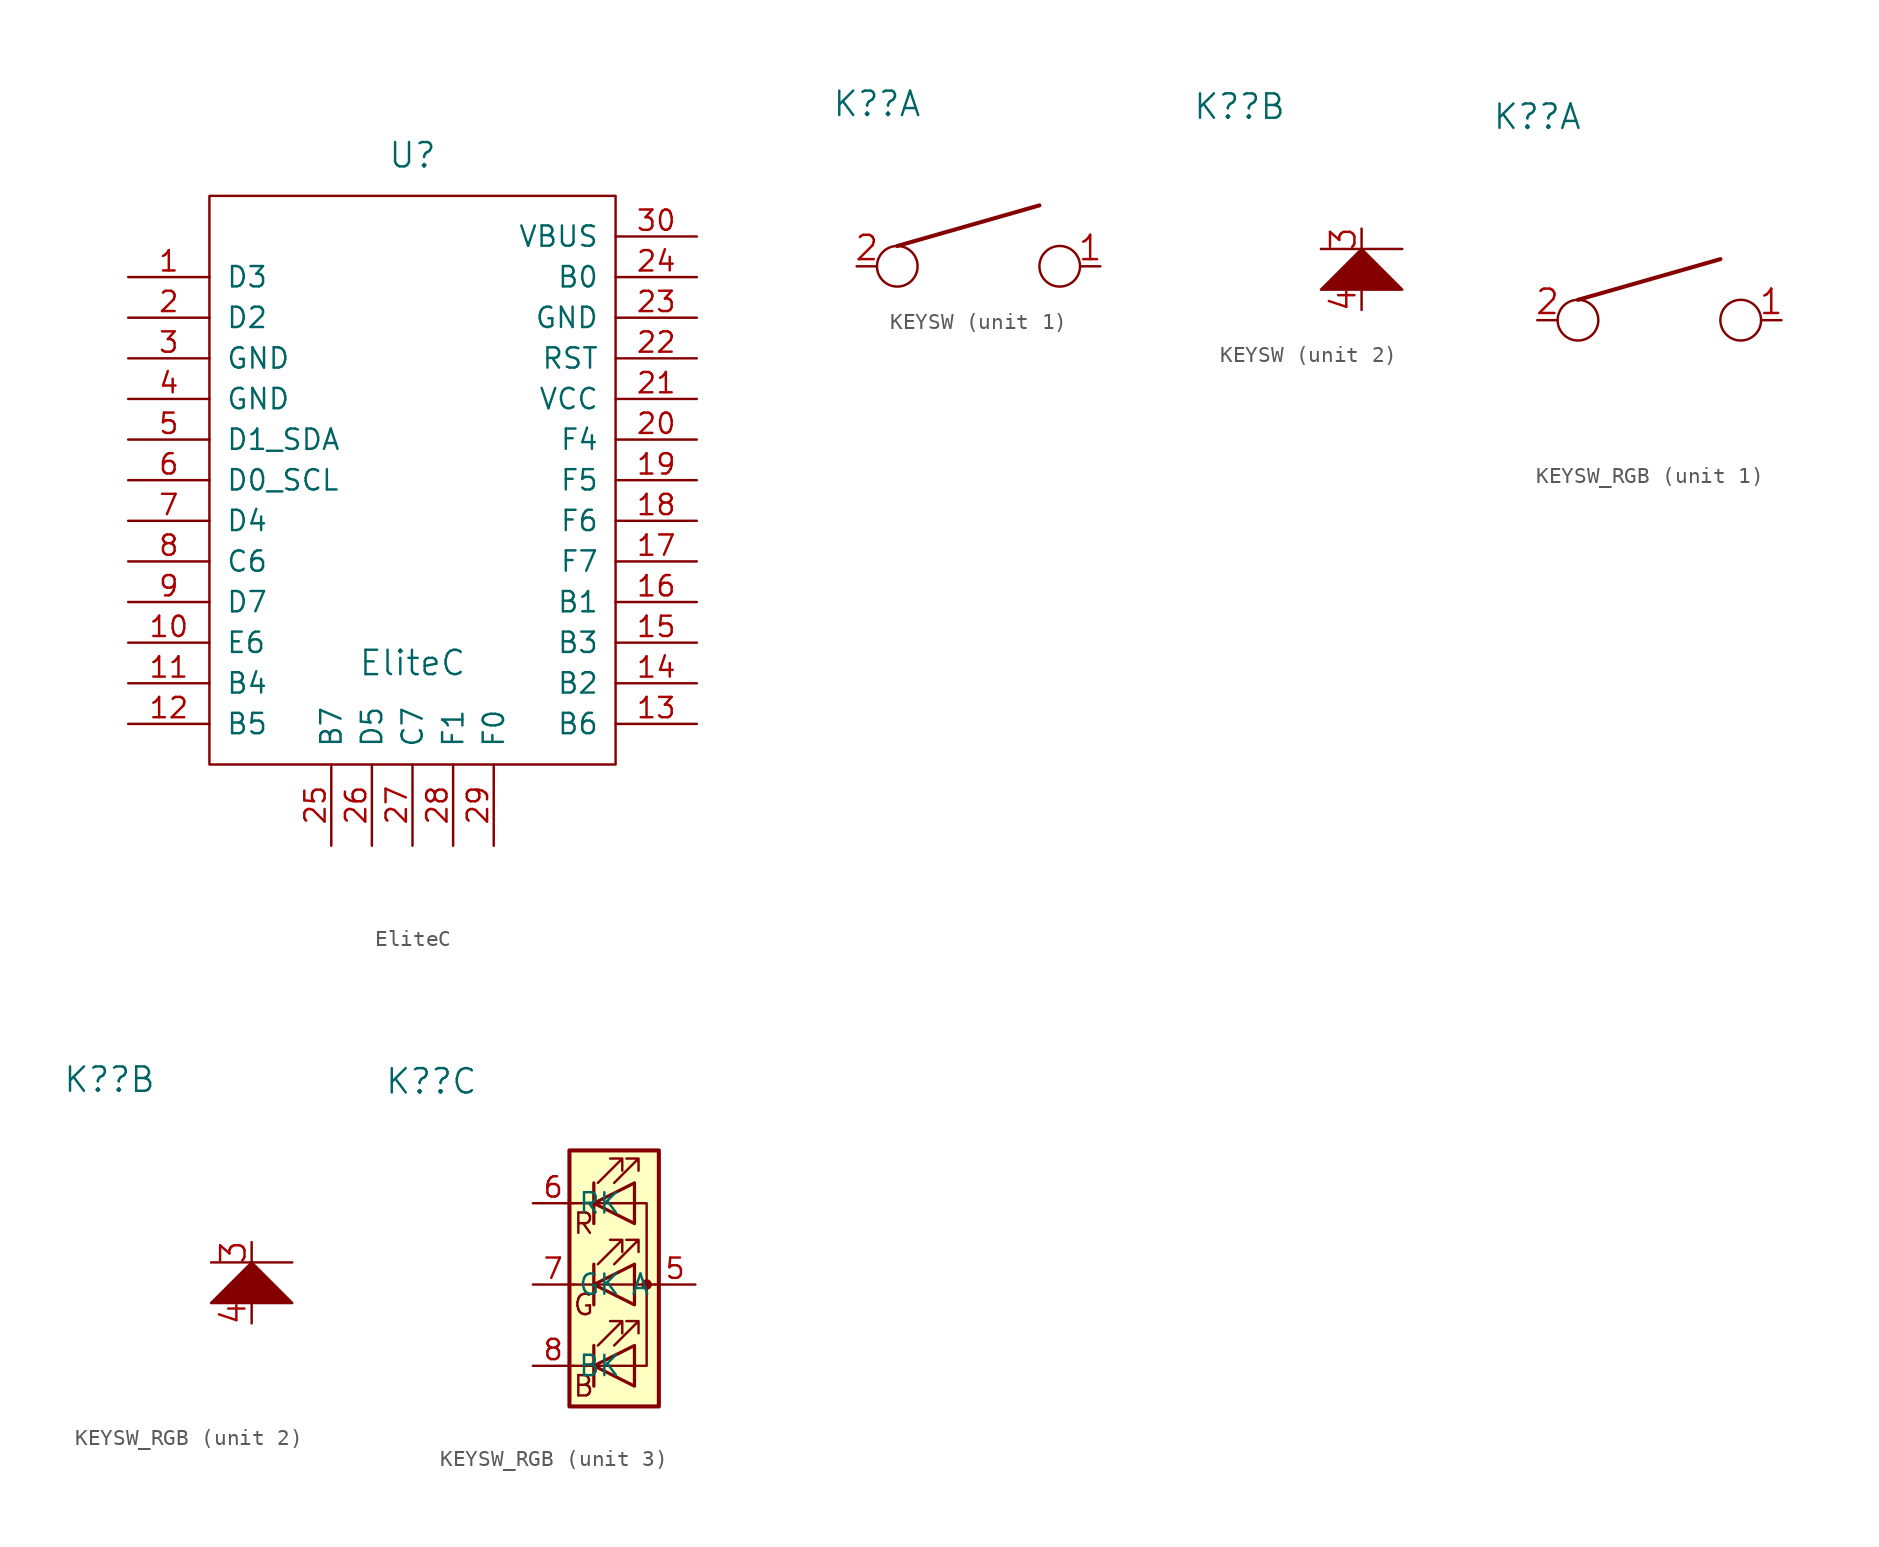
<source format=kicad_sym>
(kicad_symbol_lib
  (version 20211014)
  (generator kicad_symbol_editor)
  (symbol "EliteC"
    (pin_names
      (offset 1.016))
    (property "Reference" "U"
      (at 0 26.67 0)
      (effects (font (size 1.524 1.524))))
    (property "Value" "EliteC"
      (at 0 -5.08 0)
      (effects (font (size 1.524 1.524))))
    (property "Footprint" ""
      (at -3.81 -15.24 90)
      (effects (font (size 1.524 1.524))))
    (property "Datasheet" ""
      (at -3.81 -15.24 90)
      (effects (font (size 1.524 1.524))))
    (symbol "EliteC_0_1"
      (rectangle (start -12.7 24.13) (end 12.7 -11.43) (stroke (width 0) (type default) (color 0 0 0 0)) (fill (type none))))
    (symbol "EliteC_1_1"
      (pin bidirectional line (at -17.78 19.05 0) (length 5.08) (name "D3" (effects (font (size 1.27 1.27)))) (number "1" (effects (font (size 1.27 1.27)))))
      (pin bidirectional line (at -17.78 -3.81 0) (length 5.08) (name "E6" (effects (font (size 1.27 1.27)))) (number "10" (effects (font (size 1.27 1.27)))))
      (pin bidirectional line (at -17.78 -6.35 0) (length 5.08) (name "B4" (effects (font (size 1.27 1.27)))) (number "11" (effects (font (size 1.27 1.27)))))
      (pin bidirectional line (at -17.78 -8.89 0) (length 5.08) (name "B5" (effects (font (size 1.27 1.27)))) (number "12" (effects (font (size 1.27 1.27)))))
      (pin bidirectional line (at 17.78 -8.89 180) (length 5.08) (name "B6" (effects (font (size 1.27 1.27)))) (number "13" (effects (font (size 1.27 1.27)))))
      (pin bidirectional line (at 17.78 -6.35 180) (length 5.08) (name "B2" (effects (font (size 1.27 1.27)))) (number "14" (effects (font (size 1.27 1.27)))))
      (pin bidirectional line (at 17.78 -3.81 180) (length 5.08) (name "B3" (effects (font (size 1.27 1.27)))) (number "15" (effects (font (size 1.27 1.27)))))
      (pin bidirectional line (at 17.78 -1.27 180) (length 5.08) (name "B1" (effects (font (size 1.27 1.27)))) (number "16" (effects (font (size 1.27 1.27)))))
      (pin bidirectional line (at 17.78 1.27 180) (length 5.08) (name "F7" (effects (font (size 1.27 1.27)))) (number "17" (effects (font (size 1.27 1.27)))))
      (pin bidirectional line (at 17.78 3.81 180) (length 5.08) (name "F6" (effects (font (size 1.27 1.27)))) (number "18" (effects (font (size 1.27 1.27)))))
      (pin bidirectional line (at 17.78 6.35 180) (length 5.08) (name "F5" (effects (font (size 1.27 1.27)))) (number "19" (effects (font (size 1.27 1.27)))))
      (pin bidirectional line (at -17.78 16.51 0) (length 5.08) (name "D2" (effects (font (size 1.27 1.27)))) (number "2" (effects (font (size 1.27 1.27)))))
      (pin bidirectional line (at 17.78 8.89 180) (length 5.08) (name "F4" (effects (font (size 1.27 1.27)))) (number "20" (effects (font (size 1.27 1.27)))))
      (pin power_in line (at 17.78 11.43 180) (length 5.08) (name "VCC" (effects (font (size 1.27 1.27)))) (number "21" (effects (font (size 1.27 1.27)))))
      (pin input line (at 17.78 13.97 180) (length 5.08) (name "RST" (effects (font (size 1.27 1.27)))) (number "22" (effects (font (size 1.27 1.27)))))
      (pin power_in line (at 17.78 16.51 180) (length 5.08) (name "GND" (effects (font (size 1.27 1.27)))) (number "23" (effects (font (size 1.27 1.27)))))
      (pin bidirectional line (at 17.78 19.05 180) (length 5.08) (name "B0" (effects (font (size 1.27 1.27)))) (number "24" (effects (font (size 1.27 1.27)))))
      (pin bidirectional line (at -5.08 -16.51 90) (length 5.08) (name "B7" (effects (font (size 1.27 1.27)))) (number "25" (effects (font (size 1.27 1.27)))))
      (pin bidirectional line (at -2.54 -16.51 90) (length 5.08) (name "D5" (effects (font (size 1.27 1.27)))) (number "26" (effects (font (size 1.27 1.27)))))
      (pin bidirectional line (at 0 -16.51 90) (length 5.08) (name "C7" (effects (font (size 1.27 1.27)))) (number "27" (effects (font (size 1.27 1.27)))))
      (pin bidirectional line (at 2.54 -16.51 90) (length 5.08) (name "F1" (effects (font (size 1.27 1.27)))) (number "28" (effects (font (size 1.27 1.27)))))
      (pin bidirectional line (at 5.08 -16.51 90) (length 5.08) (name "F0" (effects (font (size 1.27 1.27)))) (number "29" (effects (font (size 1.27 1.27)))))
      (pin power_in line (at -17.78 13.97 0) (length 5.08) (name "GND" (effects (font (size 1.27 1.27)))) (number "3" (effects (font (size 1.27 1.27)))))
      (pin power_out line (at 17.78 21.59 180) (length 5.08) (name "VBUS" (effects (font (size 1.27 1.27)))) (number "30" (effects (font (size 1.27 1.27)))))
      (pin power_in line (at -17.78 11.43 0) (length 5.08) (name "GND" (effects (font (size 1.27 1.27)))) (number "4" (effects (font (size 1.27 1.27)))))
      (pin bidirectional line (at -17.78 8.89 0) (length 5.08) (name "D1_SDA" (effects (font (size 1.27 1.27)))) (number "5" (effects (font (size 1.27 1.27)))))
      (pin bidirectional line (at -17.78 6.35 0) (length 5.08) (name "D0_SCL" (effects (font (size 1.27 1.27)))) (number "6" (effects (font (size 1.27 1.27)))))
      (pin bidirectional line (at -17.78 3.81 0) (length 5.08) (name "D4" (effects (font (size 1.27 1.27)))) (number "7" (effects (font (size 1.27 1.27)))))
      (pin bidirectional line (at -17.78 1.27 0) (length 5.08) (name "C6" (effects (font (size 1.27 1.27)))) (number "8" (effects (font (size 1.27 1.27)))))
      (pin bidirectional line (at -17.78 -1.27 0) (length 5.08) (name "D7" (effects (font (size 1.27 1.27)))) (number "9" (effects (font (size 1.27 1.27)))))))
  (symbol "KEYSW"
    (pin_names
      (offset 0.254))
    (property "Reference" "K?"
      (at -7.62 10.16 0)
      (effects (font (size 1.524 1.524))))
    (property "Footprint" ""
      (at -3.81 0 0)
      (effects (font (size 1.524 1.524))))
    (property "Datasheet" ""
      (at -3.81 0 0)
      (effects (font (size 1.524 1.524))))
    (property "ki_locked" ""
      (at 0 0 0)
      (effects (font (size 1.27 1.27))))
    (symbol "KEYSW_1_1"
      (circle (center -6.35 0) (radius 1.27) (stroke (width 0) (type default) (color 0 0 0 0)) (fill (type none)))
      (polyline (pts (xy -6.35 1.27) (xy 2.54 3.81)) (stroke (width 0.254) (type default) (color 0 0 0 0)) (fill (type none)))
      (circle (center 3.81 0) (radius 1.27) (stroke (width 0) (type default) (color 0 0 0 0)) (fill (type none)))
      (pin passive line (at 6.35 0 180) (length 1.27) (name "~" (effects (font (size 1.524 1.524)))) (number "1" (effects (font (size 1.524 1.524)))))
      (pin passive line (at -8.89 0 0) (length 1.27) (name "~" (effects (font (size 1.524 1.524)))) (number "2" (effects (font (size 1.524 1.524))))))
    (symbol "KEYSW_2_1"
      (polyline (pts (xy -2.54 1.27) (xy 2.54 1.27)) (stroke (width 0) (type default) (color 0 0 0 0)) (fill (type none)))
      (polyline (pts (xy 0 1.27) (xy -2.54 -1.27) (xy 2.54 -1.27) (xy 0 1.27)) (stroke (width 0) (type default) (color 0 0 0 0)) (fill (type outline)))
      (pin passive line (at 0 2.54 270) (length 1.27) (name "~" (effects (font (size 1.524 1.524)))) (number "3" (effects (font (size 1.524 1.524)))))
      (pin passive line (at 0 -2.54 90) (length 1.27) (name "~" (effects (font (size 1.524 1.524)))) (number "4" (effects (font (size 1.524 1.524)))))))
  (symbol "KEYSW_RGB"
    (pin_names
      (offset 0.254))
    (property "Reference" "K?"
      (at -8.89 12.7 0)
      (effects (font (size 1.524 1.524))))
    (property "Footprint" ""
      (at -2.54 -6.35 0)
      (effects (font (size 1.524 1.524))))
    (property "Datasheet" ""
      (at -2.54 -6.35 0)
      (effects (font (size 1.524 1.524))))
    (property "ki_locked" ""
      (at 0 0 0)
      (effects (font (size 1.27 1.27))))
    (symbol "KEYSW_RGB_1_1"
      (circle (center -6.35 0) (radius 1.27) (stroke (width 0) (type default) (color 0 0 0 0)) (fill (type none)))
      (polyline (pts (xy -6.35 1.27) (xy 2.54 3.81)) (stroke (width 0.254) (type default) (color 0 0 0 0)) (fill (type none)))
      (circle (center 3.81 0) (radius 1.27) (stroke (width 0) (type default) (color 0 0 0 0)) (fill (type none)))
      (pin passive line (at 6.35 0 180) (length 1.27) (name "~" (effects (font (size 1.524 1.524)))) (number "1" (effects (font (size 1.524 1.524)))))
      (pin passive line (at -8.89 0 0) (length 1.27) (name "~" (effects (font (size 1.524 1.524)))) (number "2" (effects (font (size 1.524 1.524))))))
    (symbol "KEYSW_RGB_2_1"
      (polyline (pts (xy -2.54 1.27) (xy 2.54 1.27)) (stroke (width 0) (type default) (color 0 0 0 0)) (fill (type none)))
      (polyline (pts (xy 0 1.27) (xy -2.54 -1.27) (xy 2.54 -1.27) (xy 0 1.27)) (stroke (width 0) (type default) (color 0 0 0 0)) (fill (type outline)))
      (pin passive line (at 0 2.54 270) (length 1.27) (name "~" (effects (font (size 1.524 1.524)))) (number "3" (effects (font (size 1.524 1.524)))))
      (pin passive line (at 0 -2.54 90) (length 1.27) (name "~" (effects (font (size 1.524 1.524)))) (number "4" (effects (font (size 1.524 1.524))))))
    (symbol "KEYSW_RGB_3_0"
      (text "B" (at 0.635 -6.35 0) (effects (font (size 1.27 1.27))))
      (text "G" (at 0.635 -1.27 0) (effects (font (size 1.27 1.27))))
      (text "R" (at 0.635 3.81 0) (effects (font (size 1.27 1.27)))))
    (symbol "KEYSW_RGB_3_1"
      (polyline (pts (xy 0 -5.08) (xy 3.81 -5.08)) (stroke (width 0) (type default) (color 0 0 0 0)) (fill (type none)))
      (polyline (pts (xy 1.27 -3.81) (xy 1.27 -6.35)) (stroke (width 0.203) (type default) (color 0 0 0 0)) (fill (type none)))
      (polyline (pts (xy 1.27 1.27) (xy 1.27 -1.27)) (stroke (width 0.203) (type default) (color 0 0 0 0)) (fill (type none)))
      (polyline (pts (xy 1.27 6.35) (xy 1.27 3.81)) (stroke (width 0.203) (type default) (color 0 0 0 0)) (fill (type none)))
      (polyline (pts (xy 3.81 5.08) (xy 0 5.08)) (stroke (width 0) (type default) (color 0 0 0 0)) (fill (type none)))
      (polyline (pts (xy 5.08 0) (xy 0 0)) (stroke (width 0) (type default) (color 0 0 0 0)) (fill (type none)))
      (polyline (pts (xy 3.81 -5.08) (xy 4.572 -5.08) (xy 4.572 5.08) (xy 3.81 5.08)) (stroke (width 0) (type default) (color 0 0 0 0)) (fill (type none)))
      (polyline (pts (xy 3.81 -3.81) (xy 3.81 -6.35) (xy 1.27 -5.08) (xy 3.81 -3.81)) (stroke (width 0.203) (type default) (color 0 0 0 0)) (fill (type none)))
      (polyline (pts (xy 3.81 1.27) (xy 3.81 -1.27) (xy 1.27 0) (xy 3.81 1.27)) (stroke (width 0.203) (type default) (color 0 0 0 0)) (fill (type none)))
      (polyline (pts (xy 3.81 6.35) (xy 3.81 3.81) (xy 1.27 5.08) (xy 3.81 6.35)) (stroke (width 0.203) (type default) (color 0 0 0 0)) (fill (type none)))
      (polyline (pts (xy 1.524 -3.81) (xy 3.048 -2.286) (xy 2.286 -2.286) (xy 3.048 -2.286) (xy 3.048 -3.048)) (stroke (width 0) (type default) (color 0 0 0 0)) (fill (type none)))
      (polyline (pts (xy 1.524 1.27) (xy 3.048 2.794) (xy 2.286 2.794) (xy 3.048 2.794) (xy 3.048 2.032)) (stroke (width 0) (type default) (color 0 0 0 0)) (fill (type none)))
      (polyline (pts (xy 1.524 6.35) (xy 3.048 7.874) (xy 2.286 7.874) (xy 3.048 7.874) (xy 3.048 7.112)) (stroke (width 0) (type default) (color 0 0 0 0)) (fill (type none)))
      (polyline (pts (xy 2.54 -3.81) (xy 4.064 -2.286) (xy 3.302 -2.286) (xy 4.064 -2.286) (xy 4.064 -3.048)) (stroke (width 0) (type default) (color 0 0 0 0)) (fill (type none)))
      (polyline (pts (xy 2.54 1.27) (xy 4.064 2.794) (xy 3.302 2.794) (xy 4.064 2.794) (xy 4.064 2.032)) (stroke (width 0) (type default) (color 0 0 0 0)) (fill (type none)))
      (polyline (pts (xy 2.54 6.35) (xy 4.064 7.874) (xy 3.302 7.874) (xy 4.064 7.874) (xy 4.064 7.112)) (stroke (width 0) (type default) (color 0 0 0 0)) (fill (type none)))
      (rectangle (start 3.81 6.35) (end 3.81 6.35) (stroke (width 0) (type default) (color 0 0 0 0)) (fill (type none)))
      (circle (center 4.572 0) (radius 0.254) (stroke (width 0) (type default) (color 0 0 0 0)) (fill (type outline)))
      (rectangle (start 5.334 8.382) (end -0.254 -7.62) (stroke (width 0.254) (type default) (color 0 0 0 0)) (fill (type background)))
      (pin passive line (at 7.62 0 180) (length 2.54) (name "A" (effects (font (size 1.27 1.27)))) (number "5" (effects (font (size 1.27 1.27)))))
      (pin passive line (at -2.54 5.08 0) (length 2.54) (name "RK" (effects (font (size 1.27 1.27)))) (number "6" (effects (font (size 1.27 1.27)))))
      (pin passive line (at -2.54 0 0) (length 2.54) (name "GK" (effects (font (size 1.27 1.27)))) (number "7" (effects (font (size 1.27 1.27)))))
      (pin passive line (at -2.54 -5.08 0) (length 2.54) (name "BK" (effects (font (size 1.27 1.27)))) (number "8" (effects (font (size 1.27 1.27))))))))
</source>
